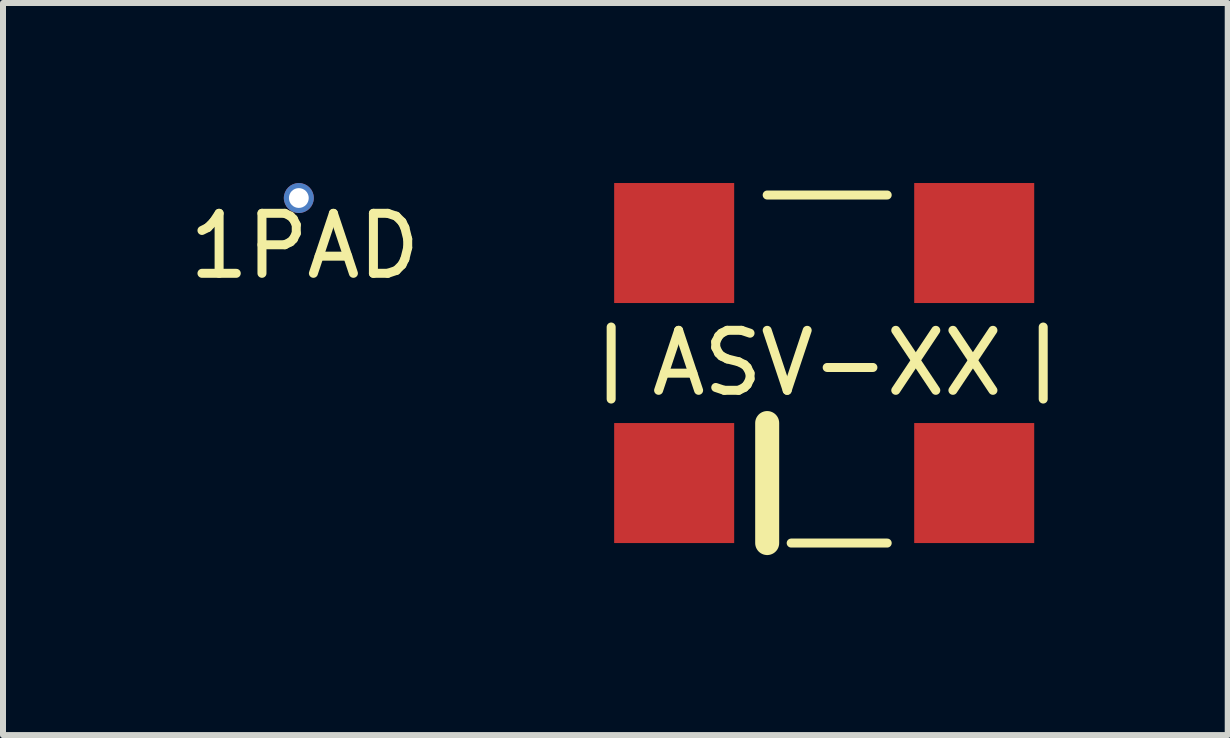
<source format=kicad_pcb>
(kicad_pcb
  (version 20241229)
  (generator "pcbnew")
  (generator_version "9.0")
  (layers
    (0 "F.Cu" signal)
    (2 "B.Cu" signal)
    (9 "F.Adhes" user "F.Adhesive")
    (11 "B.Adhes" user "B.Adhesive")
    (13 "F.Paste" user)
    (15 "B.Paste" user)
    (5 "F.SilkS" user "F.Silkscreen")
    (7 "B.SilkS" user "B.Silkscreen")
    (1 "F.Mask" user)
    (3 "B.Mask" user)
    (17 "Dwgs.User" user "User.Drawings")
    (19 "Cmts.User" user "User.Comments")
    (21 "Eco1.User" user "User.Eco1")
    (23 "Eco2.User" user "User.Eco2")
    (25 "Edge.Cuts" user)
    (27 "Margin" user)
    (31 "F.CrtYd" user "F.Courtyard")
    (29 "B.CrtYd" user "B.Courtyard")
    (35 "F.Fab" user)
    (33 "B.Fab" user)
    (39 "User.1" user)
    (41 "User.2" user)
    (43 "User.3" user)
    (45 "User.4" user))
  (footprint "1PAD"
    (layer "F.Cu")
    (at 1.93 0.25)
    (property "Reference" "1PAD" (at 0.1 0.8 0) (layer "F.SilkS") (effects (font (size 1 1) (thickness 0.15))))
    (attr through_hole)
    (pad "1" thru_hole circle (at 0 0) (size 0.5 0.5) (drill 0.33) (layers "*.Cu")))
  (footprint "ASV-XX"
    (layer "F.Cu")
    (at 10.735 3)
    (property "Reference" "ASV-XX" (at 0 0 0) (layer "F.SilkS") (effects (font (size 1 1) (thickness 0.15))))
    (attr through_hole)
    (fp_line (start -3.6 -0.6) (end -3.6 0.6) (stroke (width 0.15) (type solid)) (layer "F.SilkS"))
    (fp_line (start -1 -2.8) (end 1 -2.8) (stroke (width 0.15) (type solid)) (layer "F.SilkS"))
    (fp_line (start -1 1) (end -1 3) (stroke (width 0.4) (type solid)) (layer "F.SilkS"))
    (fp_line (start 1 3) (end -0.6 3) (stroke (width 0.15) (type solid)) (layer "F.SilkS"))
    (fp_line (start 3.6 -0.6) (end 3.6 0.6) (stroke (width 0.15) (type solid)) (layer "F.SilkS"))
    (pad "1" smd rect (at -2.55 2) (size 2 2) (layers "F.Cu" "F.Mask" "F.Paste"))
    (pad "2" smd rect (at 2.45 2) (size 2 2) (layers "F.Cu" "F.Mask" "F.Paste"))
    (pad "3" smd rect (at 2.45 -2) (size 2 2) (layers "F.Cu" "F.Mask" "F.Paste"))
    (pad "4" smd rect (at -2.55 -2) (size 2 2) (layers "F.Cu" "F.Mask" "F.Paste")))
  (gr_rect
    (start -3 -3)
    (end 17.41 9.2)
    (stroke (width 0.1) (type default))
    (fill no)
    (layer "Edge.Cuts")))
</source>
